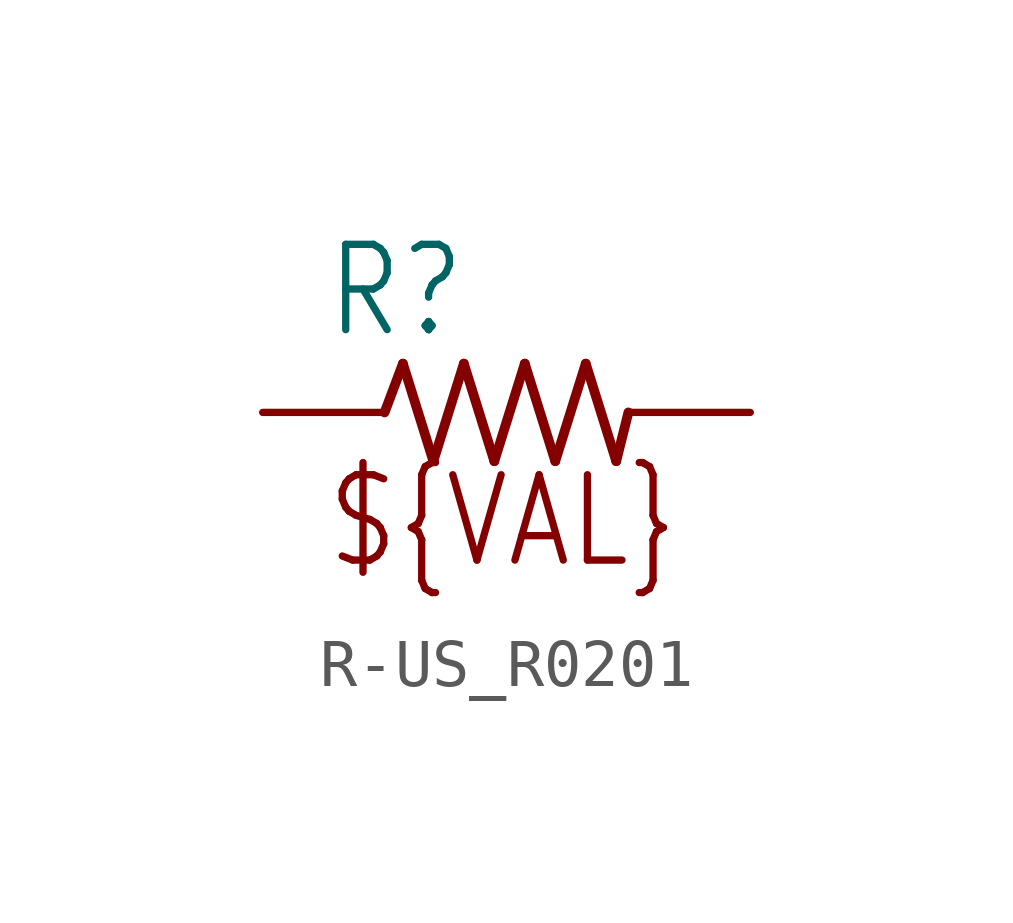
<source format=kicad_sym>
(kicad_symbol_lib
  (version 20231120)
  (generator "kicad_symbol_editor")
  (generator_version "8.0")
  (symbol "R-US_R0201"
    (property "Reference" "R"
      (at -3.81 1.499 0)
      (effects (font (size 1.778 1.511)) (justify left bottom)))
    (property "ki_locked" ""
      (at 0 0 0)
      (effects (font (size 1.27 1.27))))
    (symbol "R-US_R0201_1_0"
      (polyline (pts (xy -2.54 0) (xy -2.159 1.016)) (stroke (width 0.203) (type solid)) (fill (type none)))
      (polyline (pts (xy -2.159 1.016) (xy -1.524 -1.016)) (stroke (width 0.203) (type solid)) (fill (type none)))
      (polyline (pts (xy -1.524 -1.016) (xy -0.889 1.016)) (stroke (width 0.203) (type solid)) (fill (type none)))
      (polyline (pts (xy -0.889 1.016) (xy -0.254 -1.016)) (stroke (width 0.203) (type solid)) (fill (type none)))
      (polyline (pts (xy -0.254 -1.016) (xy 0.381 1.016)) (stroke (width 0.203) (type solid)) (fill (type none)))
      (polyline (pts (xy 0.381 1.016) (xy 1.016 -1.016)) (stroke (width 0.203) (type solid)) (fill (type none)))
      (polyline (pts (xy 1.016 -1.016) (xy 1.651 1.016)) (stroke (width 0.203) (type solid)) (fill (type none)))
      (polyline (pts (xy 1.651 1.016) (xy 2.286 -1.016)) (stroke (width 0.203) (type solid)) (fill (type none)))
      (polyline (pts (xy 2.286 -1.016) (xy 2.54 0)) (stroke (width 0.203) (type solid)) (fill (type none)))
      (text "${VAL}" (at -3.81 -3.302 0) (effects (font (size 1.778 1.511)) (justify left bottom)))
      (pin passive line (at -5.08 0 0) (length 2.54) (name "1" (effects (font (size 0 0)))) (number "1" (effects (font (size 0 0)))))
      (pin passive line (at 5.08 0 180) (length 2.54) (name "2" (effects (font (size 0 0)))) (number "2" (effects (font (size 0 0))))))))
</source>
